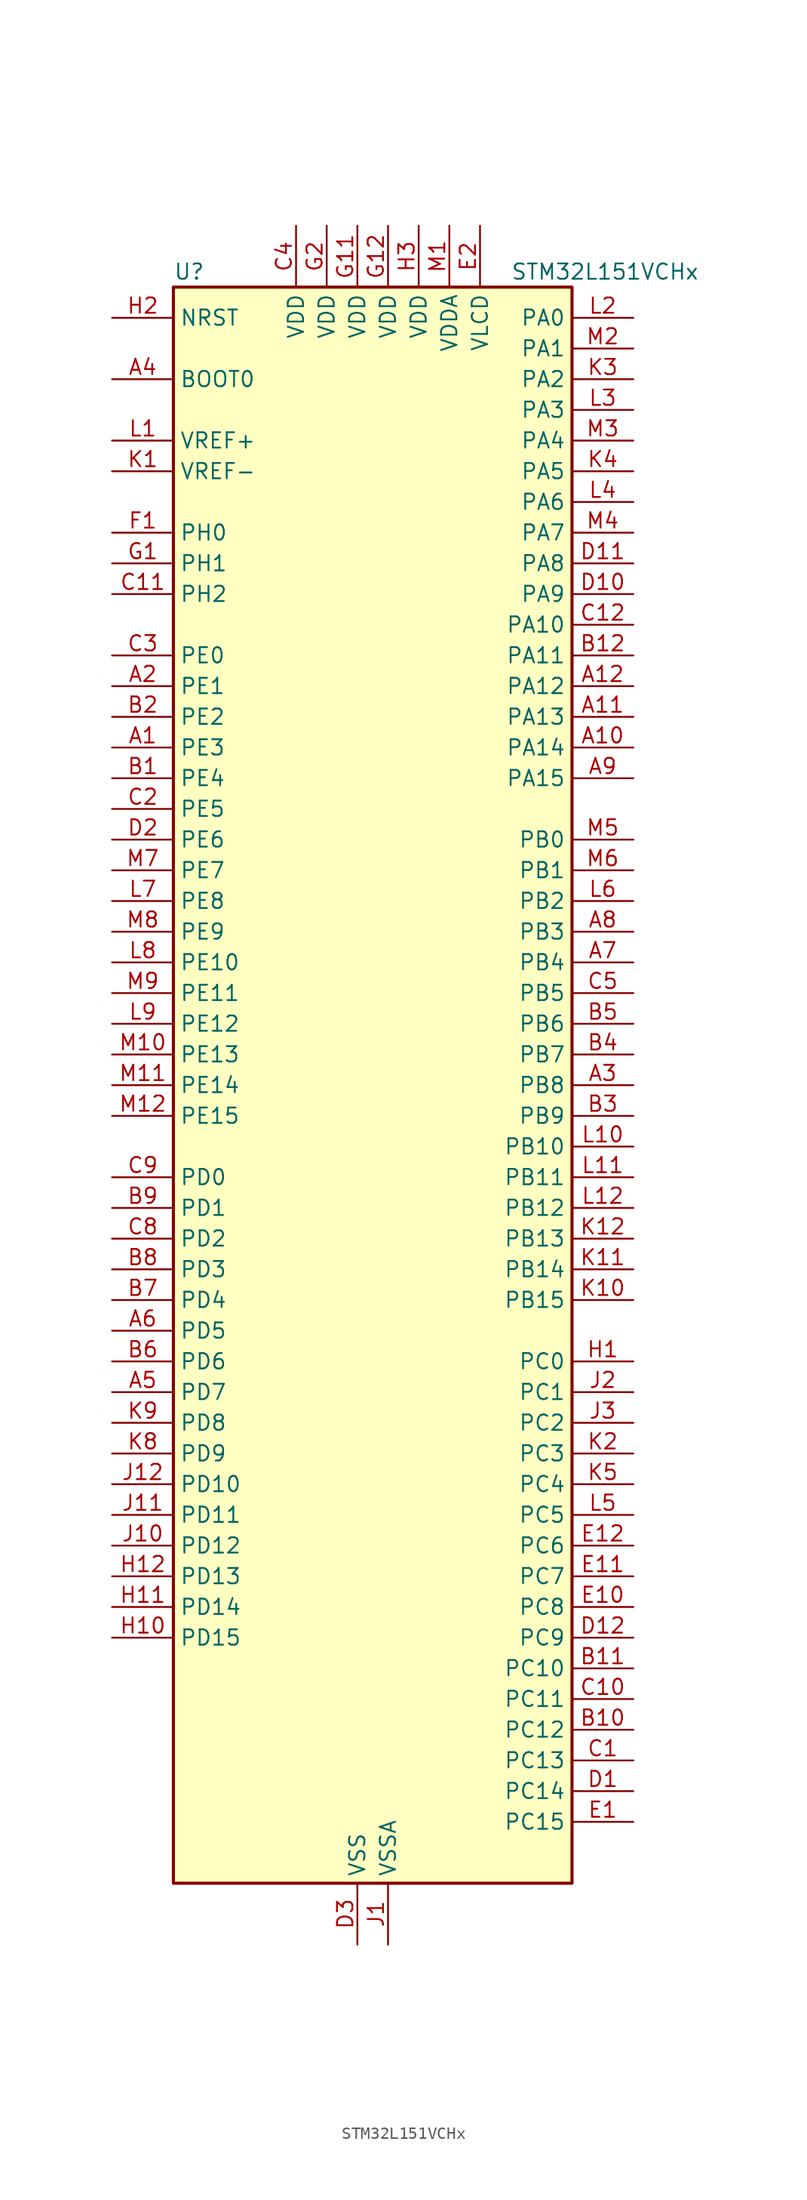
<source format=kicad_sym>
(kicad_symbol_lib
  (version 20220914)
  (generator kicad_symbol_editor)
  (symbol "STM32L151VCHx"
    (property "Reference" "U"
      (at -15.24 67.31 0)
      (effects (font (size 1.27 1.27)) (justify left)))
    (property "Value" "STM32L151VCHx"
      (at 12.7 67.31 0)
      (effects (font (size 1.27 1.27)) (justify left)))
    (property "ki_locked" ""
      (at 0 0 0)
      (effects (font (size 1.27 1.27))))
    (symbol "STM32L151VCHx_0_1"
      (rectangle (start -15.24 -66.04) (end 17.78 66.04) (stroke (width 0.254) (type default)) (fill (type background))))
    (symbol "STM32L151VCHx_1_1"
      (pin bidirectional line (at -20.32 27.94 0) (length 5.08) (name "PE3" (effects (font (size 1.27 1.27)))) (number "A1" (effects (font (size 1.27 1.27)))) (alternate "SYS_TRACED0" bidirectional line) (alternate "TIM3_CH1" bidirectional line) (alternate "TIMX_IC4" bidirectional line))
      (pin bidirectional line (at 22.86 27.94 180) (length 5.08) (name "PA14" (effects (font (size 1.27 1.27)))) (number "A10" (effects (font (size 1.27 1.27)))) (alternate "SYS_JTCK-SWCLK" bidirectional line) (alternate "TIMX_IC3" bidirectional line) (alternate "TS_G5_IO2" bidirectional line))
      (pin bidirectional line (at 22.86 30.48 180) (length 5.08) (name "PA13" (effects (font (size 1.27 1.27)))) (number "A11" (effects (font (size 1.27 1.27)))) (alternate "SYS_JTMS-SWDIO" bidirectional line) (alternate "TIMX_IC2" bidirectional line) (alternate "TS_G5_IO1" bidirectional line))
      (pin bidirectional line (at 22.86 33.02 180) (length 5.08) (name "PA12" (effects (font (size 1.27 1.27)))) (number "A12" (effects (font (size 1.27 1.27)))) (alternate "SPI1_MOSI" bidirectional line) (alternate "TIMX_IC1" bidirectional line) (alternate "USART1_RTS" bidirectional line) (alternate "USB_DP" bidirectional line))
      (pin bidirectional line (at -20.32 33.02 0) (length 5.08) (name "PE1" (effects (font (size 1.27 1.27)))) (number "A2" (effects (font (size 1.27 1.27)))) (alternate "TIM11_CH1" bidirectional line) (alternate "TIMX_IC2" bidirectional line))
      (pin bidirectional line (at 22.86 0 180) (length 5.08) (name "PB8" (effects (font (size 1.27 1.27)))) (number "A3" (effects (font (size 1.27 1.27)))) (alternate "I2C1_SCL" bidirectional line) (alternate "TIM10_CH1" bidirectional line) (alternate "TIM4_CH3" bidirectional line))
      (pin input line (at -20.32 58.42 0) (length 5.08) (name "BOOT0" (effects (font (size 1.27 1.27)))) (number "A4" (effects (font (size 1.27 1.27)))))
      (pin bidirectional line (at -20.32 -25.4 0) (length 5.08) (name "PD7" (effects (font (size 1.27 1.27)))) (number "A5" (effects (font (size 1.27 1.27)))) (alternate "TIM9_CH2" bidirectional line) (alternate "TIMX_IC4" bidirectional line) (alternate "USART2_CK" bidirectional line))
      (pin bidirectional line (at -20.32 -20.32 0) (length 5.08) (name "PD5" (effects (font (size 1.27 1.27)))) (number "A6" (effects (font (size 1.27 1.27)))) (alternate "TIMX_IC2" bidirectional line) (alternate "USART2_TX" bidirectional line))
      (pin bidirectional line (at 22.86 10.16 180) (length 5.08) (name "PB4" (effects (font (size 1.27 1.27)))) (number "A7" (effects (font (size 1.27 1.27)))) (alternate "COMP2_INP" bidirectional line) (alternate "SPI1_MISO" bidirectional line) (alternate "SPI3_MISO" bidirectional line) (alternate "SYS_JTRST" bidirectional line) (alternate "TIM3_CH1" bidirectional line) (alternate "TS_G6_IO1" bidirectional line))
      (pin bidirectional line (at 22.86 12.7 180) (length 5.08) (name "PB3" (effects (font (size 1.27 1.27)))) (number "A8" (effects (font (size 1.27 1.27)))) (alternate "COMP2_INM" bidirectional line) (alternate "I2S3_CK" bidirectional line) (alternate "SPI1_SCK" bidirectional line) (alternate "SPI3_SCK" bidirectional line) (alternate "SYS_JTDO-TRACESWO" bidirectional line) (alternate "TIM2_CH2" bidirectional line))
      (pin bidirectional line (at 22.86 25.4 180) (length 5.08) (name "PA15" (effects (font (size 1.27 1.27)))) (number "A9" (effects (font (size 1.27 1.27)))) (alternate "ADC_EXTI15" bidirectional line) (alternate "I2S3_WS" bidirectional line) (alternate "SPI1_NSS" bidirectional line) (alternate "SPI3_NSS" bidirectional line) (alternate "SYS_JTDI" bidirectional line) (alternate "TIM2_CH1" bidirectional line) (alternate "TIM2_ETR" bidirectional line) (alternate "TIMX_IC4" bidirectional line) (alternate "TS_G5_IO3" bidirectional line))
      (pin bidirectional line (at -20.32 25.4 0) (length 5.08) (name "PE4" (effects (font (size 1.27 1.27)))) (number "B1" (effects (font (size 1.27 1.27)))) (alternate "SYS_TRACED1" bidirectional line) (alternate "TIM3_CH2" bidirectional line) (alternate "TIMX_IC1" bidirectional line))
      (pin bidirectional line (at 22.86 -53.34 180) (length 5.08) (name "PC12" (effects (font (size 1.27 1.27)))) (number "B10" (effects (font (size 1.27 1.27)))) (alternate "I2S3_SD" bidirectional line) (alternate "SPI3_MOSI" bidirectional line) (alternate "TIMX_IC1" bidirectional line) (alternate "USART3_CK" bidirectional line))
      (pin bidirectional line (at 22.86 -48.26 180) (length 5.08) (name "PC10" (effects (font (size 1.27 1.27)))) (number "B11" (effects (font (size 1.27 1.27)))) (alternate "I2S3_CK" bidirectional line) (alternate "SPI3_SCK" bidirectional line) (alternate "TIMX_IC3" bidirectional line) (alternate "USART3_TX" bidirectional line))
      (pin bidirectional line (at 22.86 35.56 180) (length 5.08) (name "PA11" (effects (font (size 1.27 1.27)))) (number "B12" (effects (font (size 1.27 1.27)))) (alternate "ADC_EXTI11" bidirectional line) (alternate "SPI1_MISO" bidirectional line) (alternate "TIMX_IC4" bidirectional line) (alternate "USART1_CTS" bidirectional line) (alternate "USB_DM" bidirectional line))
      (pin bidirectional line (at -20.32 30.48 0) (length 5.08) (name "PE2" (effects (font (size 1.27 1.27)))) (number "B2" (effects (font (size 1.27 1.27)))) (alternate "SYS_TRACECK" bidirectional line) (alternate "TIM3_ETR" bidirectional line) (alternate "TIMX_IC3" bidirectional line))
      (pin bidirectional line (at 22.86 -2.54 180) (length 5.08) (name "PB9" (effects (font (size 1.27 1.27)))) (number "B3" (effects (font (size 1.27 1.27)))) (alternate "DAC_EXTI9" bidirectional line) (alternate "I2C1_SDA" bidirectional line) (alternate "TIM11_CH1" bidirectional line) (alternate "TIM4_CH4" bidirectional line))
      (pin bidirectional line (at 22.86 2.54 180) (length 5.08) (name "PB7" (effects (font (size 1.27 1.27)))) (number "B4" (effects (font (size 1.27 1.27)))) (alternate "COMP2_INP" bidirectional line) (alternate "I2C1_SDA" bidirectional line) (alternate "SYS_PVD_IN" bidirectional line) (alternate "TIM4_CH2" bidirectional line) (alternate "TS_G6_IO4" bidirectional line) (alternate "USART1_RX" bidirectional line))
      (pin bidirectional line (at 22.86 5.08 180) (length 5.08) (name "PB6" (effects (font (size 1.27 1.27)))) (number "B5" (effects (font (size 1.27 1.27)))) (alternate "COMP2_INP" bidirectional line) (alternate "I2C1_SCL" bidirectional line) (alternate "TIM4_CH1" bidirectional line) (alternate "TS_G6_IO3" bidirectional line) (alternate "USART1_TX" bidirectional line))
      (pin bidirectional line (at -20.32 -22.86 0) (length 5.08) (name "PD6" (effects (font (size 1.27 1.27)))) (number "B6" (effects (font (size 1.27 1.27)))) (alternate "TIMX_IC3" bidirectional line) (alternate "USART2_RX" bidirectional line))
      (pin bidirectional line (at -20.32 -17.78 0) (length 5.08) (name "PD4" (effects (font (size 1.27 1.27)))) (number "B7" (effects (font (size 1.27 1.27)))) (alternate "I2S2_SD" bidirectional line) (alternate "SPI2_MOSI" bidirectional line) (alternate "TIMX_IC1" bidirectional line) (alternate "USART2_RTS" bidirectional line))
      (pin bidirectional line (at -20.32 -15.24 0) (length 5.08) (name "PD3" (effects (font (size 1.27 1.27)))) (number "B8" (effects (font (size 1.27 1.27)))) (alternate "SPI2_MISO" bidirectional line) (alternate "TIMX_IC4" bidirectional line) (alternate "USART2_CTS" bidirectional line))
      (pin bidirectional line (at -20.32 -10.16 0) (length 5.08) (name "PD1" (effects (font (size 1.27 1.27)))) (number "B9" (effects (font (size 1.27 1.27)))) (alternate "I2S2_CK" bidirectional line) (alternate "SPI2_SCK" bidirectional line) (alternate "TIMX_IC2" bidirectional line))
      (pin bidirectional line (at 22.86 -55.88 180) (length 5.08) (name "PC13" (effects (font (size 1.27 1.27)))) (number "C1" (effects (font (size 1.27 1.27)))) (alternate "RTC_OUT_ALARM" bidirectional line) (alternate "RTC_OUT_CALIB" bidirectional line) (alternate "RTC_TAMP1" bidirectional line) (alternate "RTC_TS" bidirectional line) (alternate "SYS_WKUP2" bidirectional line) (alternate "TIMX_IC2" bidirectional line))
      (pin bidirectional line (at 22.86 -50.8 180) (length 5.08) (name "PC11" (effects (font (size 1.27 1.27)))) (number "C10" (effects (font (size 1.27 1.27)))) (alternate "ADC_EXTI11" bidirectional line) (alternate "SPI3_MISO" bidirectional line) (alternate "TIMX_IC4" bidirectional line) (alternate "USART3_RX" bidirectional line))
      (pin bidirectional line (at -20.32 40.64 0) (length 5.08) (name "PH2" (effects (font (size 1.27 1.27)))) (number "C11" (effects (font (size 1.27 1.27)))))
      (pin bidirectional line (at 22.86 38.1 180) (length 5.08) (name "PA10" (effects (font (size 1.27 1.27)))) (number "C12" (effects (font (size 1.27 1.27)))) (alternate "TIMX_IC3" bidirectional line) (alternate "TS_G4_IO3" bidirectional line) (alternate "USART1_RX" bidirectional line))
      (pin bidirectional line (at -20.32 22.86 0) (length 5.08) (name "PE5" (effects (font (size 1.27 1.27)))) (number "C2" (effects (font (size 1.27 1.27)))) (alternate "SYS_TRACED2" bidirectional line) (alternate "TIM9_CH1" bidirectional line) (alternate "TIMX_IC2" bidirectional line))
      (pin bidirectional line (at -20.32 35.56 0) (length 5.08) (name "PE0" (effects (font (size 1.27 1.27)))) (number "C3" (effects (font (size 1.27 1.27)))) (alternate "TIM10_CH1" bidirectional line) (alternate "TIM4_ETR" bidirectional line) (alternate "TIMX_IC1" bidirectional line))
      (pin power_in line (at -5.08 71.12 270) (length 5.08) (name "VDD" (effects (font (size 1.27 1.27)))) (number "C4" (effects (font (size 1.27 1.27)))))
      (pin bidirectional line (at 22.86 7.62 180) (length 5.08) (name "PB5" (effects (font (size 1.27 1.27)))) (number "C5" (effects (font (size 1.27 1.27)))) (alternate "COMP2_INP" bidirectional line) (alternate "I2C1_SMBA" bidirectional line) (alternate "I2S3_SD" bidirectional line) (alternate "SPI1_MOSI" bidirectional line) (alternate "SPI3_MOSI" bidirectional line) (alternate "TIM3_CH2" bidirectional line) (alternate "TS_G6_IO2" bidirectional line))
      (pin bidirectional line (at -20.32 -12.7 0) (length 5.08) (name "PD2" (effects (font (size 1.27 1.27)))) (number "C8" (effects (font (size 1.27 1.27)))) (alternate "TIM3_ETR" bidirectional line) (alternate "TIMX_IC3" bidirectional line))
      (pin bidirectional line (at -20.32 -7.62 0) (length 5.08) (name "PD0" (effects (font (size 1.27 1.27)))) (number "C9" (effects (font (size 1.27 1.27)))) (alternate "I2S2_WS" bidirectional line) (alternate "SPI2_NSS" bidirectional line) (alternate "TIM9_CH1" bidirectional line) (alternate "TIMX_IC1" bidirectional line))
      (pin bidirectional line (at 22.86 -58.42 180) (length 5.08) (name "PC14" (effects (font (size 1.27 1.27)))) (number "D1" (effects (font (size 1.27 1.27)))) (alternate "RCC_OSC32_IN" bidirectional line) (alternate "TIMX_IC3" bidirectional line))
      (pin bidirectional line (at 22.86 40.64 180) (length 5.08) (name "PA9" (effects (font (size 1.27 1.27)))) (number "D10" (effects (font (size 1.27 1.27)))) (alternate "DAC_EXTI9" bidirectional line) (alternate "TIMX_IC2" bidirectional line) (alternate "TS_G4_IO2" bidirectional line) (alternate "USART1_TX" bidirectional line))
      (pin bidirectional line (at 22.86 43.18 180) (length 5.08) (name "PA8" (effects (font (size 1.27 1.27)))) (number "D11" (effects (font (size 1.27 1.27)))) (alternate "RCC_MCO" bidirectional line) (alternate "TIMX_IC1" bidirectional line) (alternate "TS_G4_IO1" bidirectional line) (alternate "USART1_CK" bidirectional line))
      (pin bidirectional line (at 22.86 -45.72 180) (length 5.08) (name "PC9" (effects (font (size 1.27 1.27)))) (number "D12" (effects (font (size 1.27 1.27)))) (alternate "DAC_EXTI9" bidirectional line) (alternate "TIM3_CH4" bidirectional line) (alternate "TIMX_IC2" bidirectional line) (alternate "TS_G10_IO4" bidirectional line))
      (pin bidirectional line (at -20.32 20.32 0) (length 5.08) (name "PE6" (effects (font (size 1.27 1.27)))) (number "D2" (effects (font (size 1.27 1.27)))) (alternate "RTC_TAMP3" bidirectional line) (alternate "SYS_TRACED3" bidirectional line) (alternate "SYS_WKUP3" bidirectional line) (alternate "TIM9_CH2" bidirectional line) (alternate "TIMX_IC3" bidirectional line))
      (pin power_in line (at 0 -71.12 90) (length 5.08) (name "VSS" (effects (font (size 1.27 1.27)))) (number "D3" (effects (font (size 1.27 1.27)))))
      (pin bidirectional line (at 22.86 -60.96 180) (length 5.08) (name "PC15" (effects (font (size 1.27 1.27)))) (number "E1" (effects (font (size 1.27 1.27)))) (alternate "ADC_EXTI15" bidirectional line) (alternate "RCC_OSC32_OUT" bidirectional line) (alternate "TIMX_IC4" bidirectional line))
      (pin bidirectional line (at 22.86 -43.18 180) (length 5.08) (name "PC8" (effects (font (size 1.27 1.27)))) (number "E10" (effects (font (size 1.27 1.27)))) (alternate "TIM3_CH3" bidirectional line) (alternate "TIMX_IC1" bidirectional line) (alternate "TS_G10_IO3" bidirectional line))
      (pin bidirectional line (at 22.86 -40.64 180) (length 5.08) (name "PC7" (effects (font (size 1.27 1.27)))) (number "E11" (effects (font (size 1.27 1.27)))) (alternate "I2S3_MCK" bidirectional line) (alternate "TIM3_CH2" bidirectional line) (alternate "TIMX_IC4" bidirectional line) (alternate "TS_G10_IO2" bidirectional line))
      (pin bidirectional line (at 22.86 -38.1 180) (length 5.08) (name "PC6" (effects (font (size 1.27 1.27)))) (number "E12" (effects (font (size 1.27 1.27)))) (alternate "I2S2_MCK" bidirectional line) (alternate "TIM3_CH1" bidirectional line) (alternate "TIMX_IC3" bidirectional line) (alternate "TS_G10_IO1" bidirectional line))
      (pin power_in line (at 10.16 71.12 270) (length 5.08) (name "VLCD" (effects (font (size 1.27 1.27)))) (number "E2" (effects (font (size 1.27 1.27)))))
      (pin passive line (at 0 -71.12 90) (length 5.08) hide (name "VSS" (effects (font (size 1.27 1.27)))) (number "E3" (effects (font (size 1.27 1.27)))))
      (pin bidirectional line (at -20.32 45.72 0) (length 5.08) (name "PH0" (effects (font (size 1.27 1.27)))) (number "F1" (effects (font (size 1.27 1.27)))) (alternate "RCC_OSC_IN" bidirectional line))
      (pin passive line (at 0 -71.12 90) (length 5.08) hide (name "VSS" (effects (font (size 1.27 1.27)))) (number "F11" (effects (font (size 1.27 1.27)))))
      (pin passive line (at 0 -71.12 90) (length 5.08) hide (name "VSS" (effects (font (size 1.27 1.27)))) (number "F12" (effects (font (size 1.27 1.27)))))
      (pin passive line (at 0 -71.12 90) (length 5.08) hide (name "VSS" (effects (font (size 1.27 1.27)))) (number "F2" (effects (font (size 1.27 1.27)))))
      (pin bidirectional line (at -20.32 43.18 0) (length 5.08) (name "PH1" (effects (font (size 1.27 1.27)))) (number "G1" (effects (font (size 1.27 1.27)))) (alternate "RCC_OSC_OUT" bidirectional line))
      (pin power_in line (at 0 71.12 270) (length 5.08) (name "VDD" (effects (font (size 1.27 1.27)))) (number "G11" (effects (font (size 1.27 1.27)))))
      (pin power_in line (at 2.54 71.12 270) (length 5.08) (name "VDD" (effects (font (size 1.27 1.27)))) (number "G12" (effects (font (size 1.27 1.27)))))
      (pin power_in line (at -2.54 71.12 270) (length 5.08) (name "VDD" (effects (font (size 1.27 1.27)))) (number "G2" (effects (font (size 1.27 1.27)))))
      (pin bidirectional line (at 22.86 -22.86 180) (length 5.08) (name "PC0" (effects (font (size 1.27 1.27)))) (number "H1" (effects (font (size 1.27 1.27)))) (alternate "ADC_IN10" bidirectional line) (alternate "COMP1_INP" bidirectional line) (alternate "TIMX_IC1" bidirectional line) (alternate "TS_G8_IO1" bidirectional line))
      (pin bidirectional line (at -20.32 -45.72 0) (length 5.08) (name "PD15" (effects (font (size 1.27 1.27)))) (number "H10" (effects (font (size 1.27 1.27)))) (alternate "ADC_EXTI15" bidirectional line) (alternate "TIM4_CH4" bidirectional line) (alternate "TIMX_IC4" bidirectional line))
      (pin bidirectional line (at -20.32 -43.18 0) (length 5.08) (name "PD14" (effects (font (size 1.27 1.27)))) (number "H11" (effects (font (size 1.27 1.27)))) (alternate "TIM4_CH3" bidirectional line) (alternate "TIMX_IC3" bidirectional line))
      (pin bidirectional line (at -20.32 -40.64 0) (length 5.08) (name "PD13" (effects (font (size 1.27 1.27)))) (number "H12" (effects (font (size 1.27 1.27)))) (alternate "TIM4_CH2" bidirectional line) (alternate "TIMX_IC2" bidirectional line))
      (pin input line (at -20.32 63.5 0) (length 5.08) (name "NRST" (effects (font (size 1.27 1.27)))) (number "H2" (effects (font (size 1.27 1.27)))))
      (pin power_in line (at 5.08 71.12 270) (length 5.08) (name "VDD" (effects (font (size 1.27 1.27)))) (number "H3" (effects (font (size 1.27 1.27)))))
      (pin power_in line (at 2.54 -71.12 90) (length 5.08) (name "VSSA" (effects (font (size 1.27 1.27)))) (number "J1" (effects (font (size 1.27 1.27)))))
      (pin bidirectional line (at -20.32 -38.1 0) (length 5.08) (name "PD12" (effects (font (size 1.27 1.27)))) (number "J10" (effects (font (size 1.27 1.27)))) (alternate "TIM4_CH1" bidirectional line) (alternate "TIMX_IC1" bidirectional line) (alternate "USART3_RTS" bidirectional line))
      (pin bidirectional line (at -20.32 -35.56 0) (length 5.08) (name "PD11" (effects (font (size 1.27 1.27)))) (number "J11" (effects (font (size 1.27 1.27)))) (alternate "ADC_EXTI11" bidirectional line) (alternate "TIMX_IC4" bidirectional line) (alternate "USART3_CTS" bidirectional line))
      (pin bidirectional line (at -20.32 -33.02 0) (length 5.08) (name "PD10" (effects (font (size 1.27 1.27)))) (number "J12" (effects (font (size 1.27 1.27)))) (alternate "TIMX_IC3" bidirectional line) (alternate "USART3_CK" bidirectional line))
      (pin bidirectional line (at 22.86 -25.4 180) (length 5.08) (name "PC1" (effects (font (size 1.27 1.27)))) (number "J2" (effects (font (size 1.27 1.27)))) (alternate "ADC_IN11" bidirectional line) (alternate "COMP1_INP" bidirectional line) (alternate "TIMX_IC2" bidirectional line) (alternate "TS_G8_IO2" bidirectional line))
      (pin bidirectional line (at 22.86 -27.94 180) (length 5.08) (name "PC2" (effects (font (size 1.27 1.27)))) (number "J3" (effects (font (size 1.27 1.27)))) (alternate "ADC_IN12" bidirectional line) (alternate "COMP1_INP" bidirectional line) (alternate "TIMX_IC3" bidirectional line) (alternate "TS_G8_IO3" bidirectional line))
      (pin input line (at -20.32 50.8 0) (length 5.08) (name "VREF-" (effects (font (size 1.27 1.27)))) (number "K1" (effects (font (size 1.27 1.27)))))
      (pin bidirectional line (at 22.86 -17.78 180) (length 5.08) (name "PB15" (effects (font (size 1.27 1.27)))) (number "K10" (effects (font (size 1.27 1.27)))) (alternate "ADC_EXTI15" bidirectional line) (alternate "ADC_IN21" bidirectional line) (alternate "COMP1_INP" bidirectional line) (alternate "I2S2_SD" bidirectional line) (alternate "RTC_REFIN" bidirectional line) (alternate "SPI2_MOSI" bidirectional line) (alternate "TIM11_CH1" bidirectional line) (alternate "TS_G7_IO4" bidirectional line))
      (pin bidirectional line (at 22.86 -15.24 180) (length 5.08) (name "PB14" (effects (font (size 1.27 1.27)))) (number "K11" (effects (font (size 1.27 1.27)))) (alternate "ADC_IN20" bidirectional line) (alternate "COMP1_INP" bidirectional line) (alternate "SPI2_MISO" bidirectional line) (alternate "TIM9_CH2" bidirectional line) (alternate "TS_G7_IO3" bidirectional line) (alternate "USART3_RTS" bidirectional line))
      (pin bidirectional line (at 22.86 -12.7 180) (length 5.08) (name "PB13" (effects (font (size 1.27 1.27)))) (number "K12" (effects (font (size 1.27 1.27)))) (alternate "ADC_IN19" bidirectional line) (alternate "COMP1_INP" bidirectional line) (alternate "I2S2_CK" bidirectional line) (alternate "SPI2_SCK" bidirectional line) (alternate "TIM9_CH1" bidirectional line) (alternate "TS_G7_IO2" bidirectional line) (alternate "USART3_CTS" bidirectional line))
      (pin bidirectional line (at 22.86 -30.48 180) (length 5.08) (name "PC3" (effects (font (size 1.27 1.27)))) (number "K2" (effects (font (size 1.27 1.27)))) (alternate "ADC_IN13" bidirectional line) (alternate "COMP1_INP" bidirectional line) (alternate "TIMX_IC4" bidirectional line) (alternate "TS_G8_IO4" bidirectional line))
      (pin bidirectional line (at 22.86 58.42 180) (length 5.08) (name "PA2" (effects (font (size 1.27 1.27)))) (number "K3" (effects (font (size 1.27 1.27)))) (alternate "ADC_IN2" bidirectional line) (alternate "COMP1_INP" bidirectional line) (alternate "OPAMP1_VINM" bidirectional line) (alternate "TIM2_CH3" bidirectional line) (alternate "TIM5_CH3" bidirectional line) (alternate "TIM9_CH1" bidirectional line) (alternate "TIMX_IC3" bidirectional line) (alternate "TS_G1_IO3" bidirectional line) (alternate "USART2_TX" bidirectional line))
      (pin bidirectional line (at 22.86 50.8 180) (length 5.08) (name "PA5" (effects (font (size 1.27 1.27)))) (number "K4" (effects (font (size 1.27 1.27)))) (alternate "ADC_IN5" bidirectional line) (alternate "COMP1_INP" bidirectional line) (alternate "DAC_OUT2" bidirectional line) (alternate "SPI1_SCK" bidirectional line) (alternate "TIM2_CH1" bidirectional line) (alternate "TIM2_ETR" bidirectional line) (alternate "TIMX_IC2" bidirectional line))
      (pin bidirectional line (at 22.86 -33.02 180) (length 5.08) (name "PC4" (effects (font (size 1.27 1.27)))) (number "K5" (effects (font (size 1.27 1.27)))) (alternate "ADC_IN14" bidirectional line) (alternate "COMP1_INP" bidirectional line) (alternate "TIMX_IC1" bidirectional line) (alternate "TS_G9_IO1" bidirectional line))
      (pin bidirectional line (at -20.32 -30.48 0) (length 5.08) (name "PD9" (effects (font (size 1.27 1.27)))) (number "K8" (effects (font (size 1.27 1.27)))) (alternate "DAC_EXTI9" bidirectional line) (alternate "TIMX_IC2" bidirectional line) (alternate "USART3_RX" bidirectional line))
      (pin bidirectional line (at -20.32 -27.94 0) (length 5.08) (name "PD8" (effects (font (size 1.27 1.27)))) (number "K9" (effects (font (size 1.27 1.27)))) (alternate "TIMX_IC1" bidirectional line) (alternate "USART3_TX" bidirectional line))
      (pin input line (at -20.32 53.34 0) (length 5.08) (name "VREF+" (effects (font (size 1.27 1.27)))) (number "L1" (effects (font (size 1.27 1.27)))))
      (pin bidirectional line (at 22.86 -5.08 180) (length 5.08) (name "PB10" (effects (font (size 1.27 1.27)))) (number "L10" (effects (font (size 1.27 1.27)))) (alternate "I2C2_SCL" bidirectional line) (alternate "TIM2_CH3" bidirectional line) (alternate "USART3_TX" bidirectional line))
      (pin bidirectional line (at 22.86 -7.62 180) (length 5.08) (name "PB11" (effects (font (size 1.27 1.27)))) (number "L11" (effects (font (size 1.27 1.27)))) (alternate "ADC_EXTI11" bidirectional line) (alternate "I2C2_SDA" bidirectional line) (alternate "TIM2_CH4" bidirectional line) (alternate "USART3_RX" bidirectional line))
      (pin bidirectional line (at 22.86 -10.16 180) (length 5.08) (name "PB12" (effects (font (size 1.27 1.27)))) (number "L12" (effects (font (size 1.27 1.27)))) (alternate "ADC_IN18" bidirectional line) (alternate "COMP1_INP" bidirectional line) (alternate "I2C2_SMBA" bidirectional line) (alternate "I2S2_WS" bidirectional line) (alternate "SPI2_NSS" bidirectional line) (alternate "TIM10_CH1" bidirectional line) (alternate "TS_G7_IO1" bidirectional line) (alternate "USART3_CK" bidirectional line))
      (pin bidirectional line (at 22.86 63.5 180) (length 5.08) (name "PA0" (effects (font (size 1.27 1.27)))) (number "L2" (effects (font (size 1.27 1.27)))) (alternate "ADC_IN0" bidirectional line) (alternate "COMP1_INP" bidirectional line) (alternate "RTC_TAMP2" bidirectional line) (alternate "SYS_WKUP1" bidirectional line) (alternate "TIM2_CH1" bidirectional line) (alternate "TIM2_ETR" bidirectional line) (alternate "TIM5_CH1" bidirectional line) (alternate "TIMX_IC1" bidirectional line) (alternate "TS_G1_IO1" bidirectional line) (alternate "USART2_CTS" bidirectional line))
      (pin bidirectional line (at 22.86 55.88 180) (length 5.08) (name "PA3" (effects (font (size 1.27 1.27)))) (number "L3" (effects (font (size 1.27 1.27)))) (alternate "ADC_IN3" bidirectional line) (alternate "COMP1_INP" bidirectional line) (alternate "OPAMP1_VOUT" bidirectional line) (alternate "TIM2_CH4" bidirectional line) (alternate "TIM5_CH4" bidirectional line) (alternate "TIM9_CH2" bidirectional line) (alternate "TIMX_IC4" bidirectional line) (alternate "TS_G1_IO4" bidirectional line) (alternate "USART2_RX" bidirectional line))
      (pin bidirectional line (at 22.86 48.26 180) (length 5.08) (name "PA6" (effects (font (size 1.27 1.27)))) (number "L4" (effects (font (size 1.27 1.27)))) (alternate "ADC_IN6" bidirectional line) (alternate "COMP1_INP" bidirectional line) (alternate "OPAMP2_VINP" bidirectional line) (alternate "SPI1_MISO" bidirectional line) (alternate "TIM10_CH1" bidirectional line) (alternate "TIM3_CH1" bidirectional line) (alternate "TIMX_IC3" bidirectional line) (alternate "TS_G2_IO1" bidirectional line))
      (pin bidirectional line (at 22.86 -35.56 180) (length 5.08) (name "PC5" (effects (font (size 1.27 1.27)))) (number "L5" (effects (font (size 1.27 1.27)))) (alternate "ADC_IN15" bidirectional line) (alternate "COMP1_INP" bidirectional line) (alternate "TIMX_IC2" bidirectional line) (alternate "TS_G9_IO2" bidirectional line))
      (pin bidirectional line (at 22.86 15.24 180) (length 5.08) (name "PB2" (effects (font (size 1.27 1.27)))) (number "L6" (effects (font (size 1.27 1.27)))) (alternate "TS_G3_IO3" bidirectional line))
      (pin bidirectional line (at -20.32 15.24 0) (length 5.08) (name "PE8" (effects (font (size 1.27 1.27)))) (number "L7" (effects (font (size 1.27 1.27)))) (alternate "ADC_IN23" bidirectional line) (alternate "COMP1_INP" bidirectional line) (alternate "TIMX_IC1" bidirectional line))
      (pin bidirectional line (at -20.32 10.16 0) (length 5.08) (name "PE10" (effects (font (size 1.27 1.27)))) (number "L8" (effects (font (size 1.27 1.27)))) (alternate "ADC_IN25" bidirectional line) (alternate "COMP1_INP" bidirectional line) (alternate "TIM2_CH2" bidirectional line) (alternate "TIMX_IC3" bidirectional line))
      (pin bidirectional line (at -20.32 5.08 0) (length 5.08) (name "PE12" (effects (font (size 1.27 1.27)))) (number "L9" (effects (font (size 1.27 1.27)))) (alternate "SPI1_NSS" bidirectional line) (alternate "TIM2_CH4" bidirectional line) (alternate "TIMX_IC1" bidirectional line))
      (pin power_in line (at 7.62 71.12 270) (length 5.08) (name "VDDA" (effects (font (size 1.27 1.27)))) (number "M1" (effects (font (size 1.27 1.27)))))
      (pin bidirectional line (at -20.32 2.54 0) (length 5.08) (name "PE13" (effects (font (size 1.27 1.27)))) (number "M10" (effects (font (size 1.27 1.27)))) (alternate "SPI1_SCK" bidirectional line) (alternate "TIMX_IC2" bidirectional line))
      (pin bidirectional line (at -20.32 0 0) (length 5.08) (name "PE14" (effects (font (size 1.27 1.27)))) (number "M11" (effects (font (size 1.27 1.27)))) (alternate "SPI1_MISO" bidirectional line) (alternate "TIMX_IC3" bidirectional line))
      (pin bidirectional line (at -20.32 -2.54 0) (length 5.08) (name "PE15" (effects (font (size 1.27 1.27)))) (number "M12" (effects (font (size 1.27 1.27)))) (alternate "ADC_EXTI15" bidirectional line) (alternate "SPI1_MOSI" bidirectional line) (alternate "TIMX_IC4" bidirectional line))
      (pin bidirectional line (at 22.86 60.96 180) (length 5.08) (name "PA1" (effects (font (size 1.27 1.27)))) (number "M2" (effects (font (size 1.27 1.27)))) (alternate "ADC_IN1" bidirectional line) (alternate "COMP1_INP" bidirectional line) (alternate "OPAMP1_VINP" bidirectional line) (alternate "TIM2_CH2" bidirectional line) (alternate "TIM5_CH2" bidirectional line) (alternate "TIMX_IC2" bidirectional line) (alternate "TS_G1_IO2" bidirectional line) (alternate "USART2_RTS" bidirectional line))
      (pin bidirectional line (at 22.86 53.34 180) (length 5.08) (name "PA4" (effects (font (size 1.27 1.27)))) (number "M3" (effects (font (size 1.27 1.27)))) (alternate "ADC_IN4" bidirectional line) (alternate "COMP1_INP" bidirectional line) (alternate "DAC_OUT1" bidirectional line) (alternate "I2S3_WS" bidirectional line) (alternate "SPI1_NSS" bidirectional line) (alternate "SPI3_NSS" bidirectional line) (alternate "TIMX_IC1" bidirectional line) (alternate "USART2_CK" bidirectional line))
      (pin bidirectional line (at 22.86 45.72 180) (length 5.08) (name "PA7" (effects (font (size 1.27 1.27)))) (number "M4" (effects (font (size 1.27 1.27)))) (alternate "ADC_IN7" bidirectional line) (alternate "COMP1_INP" bidirectional line) (alternate "OPAMP2_VINM" bidirectional line) (alternate "SPI1_MOSI" bidirectional line) (alternate "TIM11_CH1" bidirectional line) (alternate "TIM3_CH2" bidirectional line) (alternate "TIMX_IC4" bidirectional line) (alternate "TS_G2_IO2" bidirectional line))
      (pin bidirectional line (at 22.86 20.32 180) (length 5.08) (name "PB0" (effects (font (size 1.27 1.27)))) (number "M5" (effects (font (size 1.27 1.27)))) (alternate "ADC_IN8" bidirectional line) (alternate "COMP1_INP" bidirectional line) (alternate "OPAMP2_VOUT" bidirectional line) (alternate "SYS_V_REF_OUT" bidirectional line) (alternate "TIM3_CH3" bidirectional line) (alternate "TS_G3_IO1" bidirectional line))
      (pin bidirectional line (at 22.86 17.78 180) (length 5.08) (name "PB1" (effects (font (size 1.27 1.27)))) (number "M6" (effects (font (size 1.27 1.27)))) (alternate "ADC_IN9" bidirectional line) (alternate "COMP1_INP" bidirectional line) (alternate "SYS_V_REF_OUT" bidirectional line) (alternate "TIM3_CH4" bidirectional line) (alternate "TS_G3_IO2" bidirectional line))
      (pin bidirectional line (at -20.32 17.78 0) (length 5.08) (name "PE7" (effects (font (size 1.27 1.27)))) (number "M7" (effects (font (size 1.27 1.27)))) (alternate "ADC_IN22" bidirectional line) (alternate "COMP1_INP" bidirectional line) (alternate "TIMX_IC4" bidirectional line))
      (pin bidirectional line (at -20.32 12.7 0) (length 5.08) (name "PE9" (effects (font (size 1.27 1.27)))) (number "M8" (effects (font (size 1.27 1.27)))) (alternate "ADC_IN24" bidirectional line) (alternate "COMP1_INP" bidirectional line) (alternate "DAC_EXTI9" bidirectional line) (alternate "TIM2_CH1" bidirectional line) (alternate "TIM2_ETR" bidirectional line) (alternate "TIM5_ETR" bidirectional line) (alternate "TIMX_IC2" bidirectional line))
      (pin bidirectional line (at -20.32 7.62 0) (length 5.08) (name "PE11" (effects (font (size 1.27 1.27)))) (number "M9" (effects (font (size 1.27 1.27)))) (alternate "ADC_EXTI11" bidirectional line) (alternate "TIM2_CH3" bidirectional line) (alternate "TIMX_IC4" bidirectional line)))))
</source>
